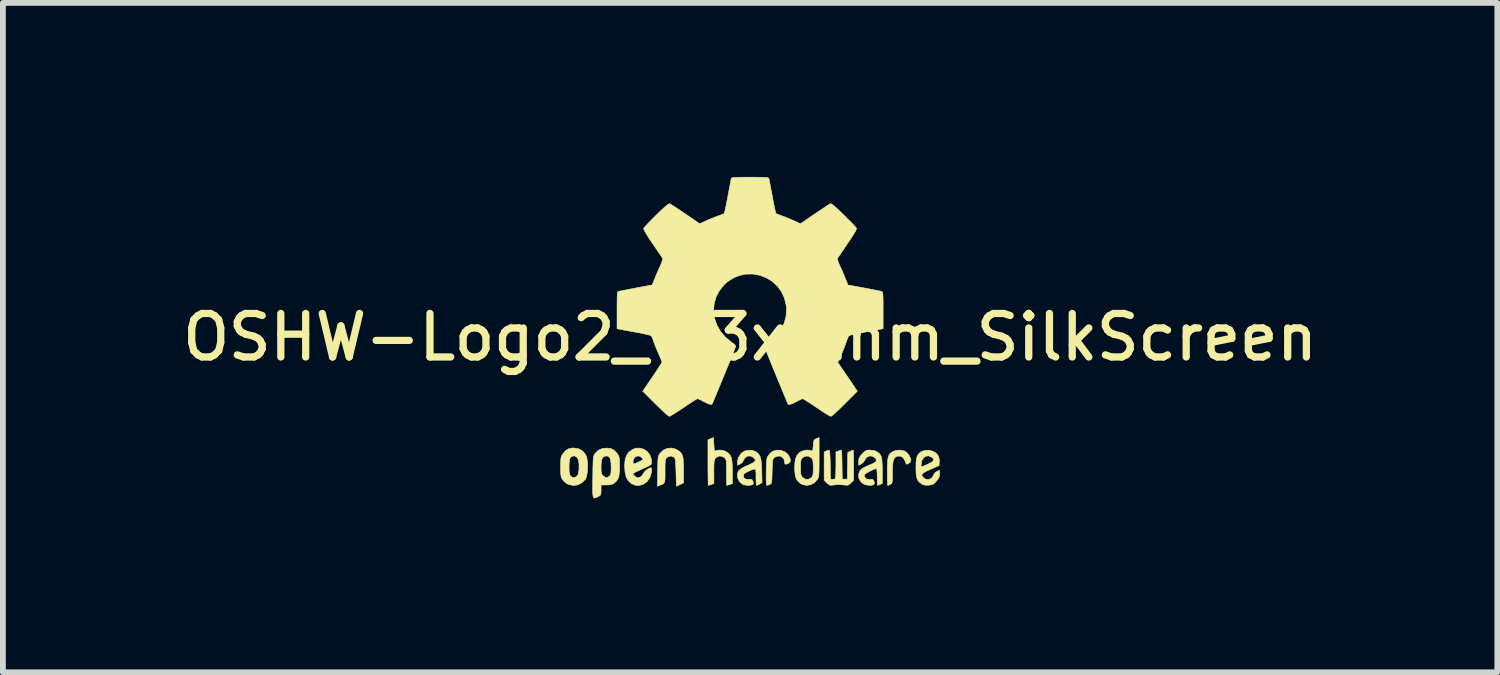
<source format=kicad_pcb>
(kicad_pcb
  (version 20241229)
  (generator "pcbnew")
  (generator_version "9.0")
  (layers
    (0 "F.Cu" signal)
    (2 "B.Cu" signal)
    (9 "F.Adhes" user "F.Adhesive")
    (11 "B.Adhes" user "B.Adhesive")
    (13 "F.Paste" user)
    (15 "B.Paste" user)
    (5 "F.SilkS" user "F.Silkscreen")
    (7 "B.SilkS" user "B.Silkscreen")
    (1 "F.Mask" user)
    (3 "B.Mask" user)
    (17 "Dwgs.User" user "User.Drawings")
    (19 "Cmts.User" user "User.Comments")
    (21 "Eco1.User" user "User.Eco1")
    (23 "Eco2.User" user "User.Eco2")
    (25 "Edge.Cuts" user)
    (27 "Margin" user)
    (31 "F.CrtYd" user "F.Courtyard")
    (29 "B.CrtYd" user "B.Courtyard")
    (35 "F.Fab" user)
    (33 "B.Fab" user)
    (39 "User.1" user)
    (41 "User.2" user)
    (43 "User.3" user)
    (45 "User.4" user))
  (footprint "OSHW-Logo2_7.3x6mm_SilkScreen"
    (layer "F.Cu")
    (at 9.88 2.763)
    (property "Reference" "OSHW-Logo2_7.3x6mm_SilkScreen" (at 0 0 0) (layer "F.SilkS") (effects (font (size 0.75 0.75) (thickness 0.125))))
    (attr exclude_from_pos_files exclude_from_bom allow_missing_courtyard)
    (fp_poly (pts (xy 2.653 1.959) (xy 2.67 1.966) (xy 2.711 1.999) (xy 2.747 2.047) (xy 2.769 2.097) (xy 2.772 2.122) (xy 2.76 2.157) (xy 2.734 2.175) (xy 2.706 2.187) (xy 2.693 2.189) (xy 2.687 2.174) (xy 2.674 2.141) (xy 2.669 2.127) (xy 2.639 2.076) (xy 2.595 2.05) (xy 2.538 2.051) (xy 2.534 2.052) (xy 2.504 2.067) (xy 2.481 2.094) (xy 2.466 2.139) (xy 2.457 2.205) (xy 2.453 2.294) (xy 2.453 2.341) (xy 2.453 2.416) (xy 2.452 2.467) (xy 2.448 2.499) (xy 2.442 2.518) (xy 2.432 2.529) (xy 2.417 2.537) (xy 2.416 2.538) (xy 2.387 2.55) (xy 2.372 2.555) (xy 2.37 2.541) (xy 2.368 2.503) (xy 2.367 2.446) (xy 2.366 2.374) (xy 2.366 2.322) (xy 2.367 2.22) (xy 2.37 2.143) (xy 2.377 2.086) (xy 2.389 2.045) (xy 2.407 2.014) (xy 2.432 1.99) (xy 2.457 1.973) (xy 2.517 1.951) (xy 2.587 1.946) (xy 2.653 1.959)) (stroke (width 0.01) (type solid)) (fill yes) (layer "F.SilkS"))
    (fp_poly (pts (xy -1.284 1.928) (xy -1.237 1.955) (xy -1.205 1.981) (xy -1.181 2.009) (xy -1.165 2.044) (xy -1.155 2.089) (xy -1.149 2.151) (xy -1.147 2.234) (xy -1.147 2.293) (xy -1.147 2.512) (xy -1.208 2.54) (xy -1.27 2.568) (xy -1.277 2.328) (xy -1.28 2.238) (xy -1.283 2.173) (xy -1.287 2.128) (xy -1.293 2.099) (xy -1.3 2.081) (xy -1.31 2.07) (xy -1.313 2.067) (xy -1.36 2.048) (xy -1.408 2.056) (xy -1.437 2.076) (xy -1.449 2.09) (xy -1.457 2.108) (xy -1.462 2.136) (xy -1.465 2.179) (xy -1.466 2.242) (xy -1.466 2.307) (xy -1.466 2.389) (xy -1.467 2.447) (xy -1.472 2.486) (xy -1.482 2.512) (xy -1.499 2.528) (xy -1.525 2.541) (xy -1.56 2.554) (xy -1.598 2.569) (xy -1.594 2.311) (xy -1.592 2.219) (xy -1.59 2.15) (xy -1.587 2.101) (xy -1.582 2.066) (xy -1.575 2.042) (xy -1.566 2.022) (xy -1.554 2.005) (xy -1.499 1.95) (xy -1.431 1.918) (xy -1.357 1.91) (xy -1.284 1.928)) (stroke (width 0.01) (type solid)) (fill yes) (layer "F.SilkS"))
    (fp_poly (pts (xy 0.53 1.95) (xy 0.596 1.974) (xy 0.649 2.017) (xy 0.67 2.047) (xy 0.693 2.103) (xy 0.692 2.143) (xy 0.669 2.17) (xy 0.66 2.175) (xy 0.622 2.189) (xy 0.602 2.185) (xy 0.595 2.161) (xy 0.595 2.148) (xy 0.583 2.099) (xy 0.551 2.065) (xy 0.508 2.048) (xy 0.459 2.053) (xy 0.419 2.074) (xy 0.405 2.087) (xy 0.396 2.101) (xy 0.389 2.124) (xy 0.385 2.159) (xy 0.383 2.212) (xy 0.381 2.288) (xy 0.38 2.312) (xy 0.378 2.394) (xy 0.376 2.451) (xy 0.372 2.49) (xy 0.367 2.513) (xy 0.359 2.526) (xy 0.347 2.535) (xy 0.339 2.538) (xy 0.307 2.55) (xy 0.288 2.555) (xy 0.282 2.541) (xy 0.278 2.5) (xy 0.277 2.431) (xy 0.278 2.334) (xy 0.278 2.319) (xy 0.28 2.23) (xy 0.283 2.165) (xy 0.286 2.119) (xy 0.292 2.087) (xy 0.3 2.064) (xy 0.311 2.044) (xy 0.317 2.035) (xy 0.35 1.998) (xy 0.388 1.969) (xy 0.392 1.966) (xy 0.459 1.946) (xy 0.53 1.95)) (stroke (width 0.01) (type solid)) (fill yes) (layer "F.SilkS"))
    (fp_poly (pts (xy -0.624 1.851) (xy -0.62 1.911) (xy -0.615 1.946) (xy -0.608 1.961) (xy -0.598 1.961) (xy -0.595 1.959) (xy -0.552 1.946) (xy -0.497 1.947) (xy -0.44 1.96) (xy -0.405 1.978) (xy -0.369 2.006) (xy -0.342 2.038) (xy -0.324 2.078) (xy -0.313 2.132) (xy -0.307 2.204) (xy -0.305 2.299) (xy -0.305 2.317) (xy -0.305 2.523) (xy -0.351 2.539) (xy -0.383 2.549) (xy -0.401 2.554) (xy -0.401 2.555) (xy -0.403 2.541) (xy -0.405 2.503) (xy -0.406 2.446) (xy -0.406 2.375) (xy -0.406 2.332) (xy -0.407 2.247) (xy -0.408 2.186) (xy -0.41 2.144) (xy -0.415 2.117) (xy -0.422 2.098) (xy -0.433 2.085) (xy -0.44 2.078) (xy -0.487 2.051) (xy -0.538 2.049) (xy -0.584 2.072) (xy -0.593 2.08) (xy -0.605 2.095) (xy -0.614 2.114) (xy -0.619 2.14) (xy -0.622 2.18) (xy -0.624 2.238) (xy -0.624 2.318) (xy -0.624 2.523) (xy -0.67 2.539) (xy -0.702 2.549) (xy -0.72 2.554) (xy -0.721 2.555) (xy -0.722 2.541) (xy -0.723 2.501) (xy -0.724 2.441) (xy -0.725 2.362) (xy -0.726 2.269) (xy -0.726 2.167) (xy -0.726 1.769) (xy -0.679 1.749) (xy -0.631 1.73) (xy -0.624 1.851)) (stroke (width 0.01) (type solid)) (fill yes) (layer "F.SilkS"))
    (fp_poly (pts (xy 1.78 1.959) (xy 1.782 1.997) (xy 1.784 2.055) (xy 1.785 2.128) (xy 1.785 2.205) (xy 1.785 2.465) (xy 1.739 2.511) (xy 1.708 2.539) (xy 1.68 2.551) (xy 1.642 2.55) (xy 1.627 2.548) (xy 1.58 2.543) (xy 1.541 2.54) (xy 1.531 2.54) (xy 1.499 2.541) (xy 1.453 2.546) (xy 1.436 2.548) (xy 1.392 2.552) (xy 1.363 2.544) (xy 1.334 2.521) (xy 1.323 2.511) (xy 1.277 2.465) (xy 1.277 1.979) (xy 1.314 1.962) (xy 1.346 1.949) (xy 1.365 1.945) (xy 1.369 1.959) (xy 1.374 1.997) (xy 1.378 2.056) (xy 1.381 2.132) (xy 1.382 2.195) (xy 1.386 2.446) (xy 1.421 2.451) (xy 1.452 2.447) (xy 1.468 2.436) (xy 1.472 2.415) (xy 1.476 2.371) (xy 1.478 2.309) (xy 1.48 2.235) (xy 1.48 2.197) (xy 1.48 1.977) (xy 1.526 1.961) (xy 1.559 1.95) (xy 1.576 1.945) (xy 1.577 1.945) (xy 1.578 1.959) (xy 1.58 1.997) (xy 1.582 2.054) (xy 1.584 2.127) (xy 1.585 2.195) (xy 1.589 2.446) (xy 1.676 2.446) (xy 1.68 2.217) (xy 1.684 1.989) (xy 1.727 1.967) (xy 1.758 1.952) (xy 1.777 1.945) (xy 1.777 1.945) (xy 1.78 1.959)) (stroke (width 0.01) (type solid)) (fill yes) (layer "F.SilkS"))
    (fp_poly (pts (xy -2.959 1.922) (xy -2.891 1.958) (xy -2.841 2.015) (xy -2.823 2.052) (xy -2.809 2.108) (xy -2.802 2.178) (xy -2.801 2.255) (xy -2.807 2.33) (xy -2.818 2.394) (xy -2.834 2.441) (xy -2.839 2.449) (xy -2.9 2.509) (xy -2.971 2.545) (xy -3.049 2.555) (xy -3.127 2.539) (xy -3.149 2.529) (xy -3.192 2.499) (xy -3.229 2.459) (xy -3.233 2.454) (xy -3.247 2.43) (xy -3.257 2.404) (xy -3.262 2.37) (xy -3.265 2.321) (xy -3.266 2.251) (xy -3.266 2.235) (xy -3.266 2.23) (xy -3.121 2.23) (xy -3.12 2.296) (xy -3.116 2.34) (xy -3.109 2.369) (xy -3.098 2.388) (xy -3.092 2.395) (xy -3.057 2.42) (xy -3.023 2.419) (xy -2.989 2.397) (xy -2.969 2.374) (xy -2.957 2.34) (xy -2.95 2.288) (xy -2.949 2.281) (xy -2.948 2.186) (xy -2.96 2.114) (xy -2.985 2.068) (xy -3.023 2.048) (xy -3.037 2.047) (xy -3.073 2.052) (xy -3.097 2.072) (xy -3.112 2.109) (xy -3.119 2.168) (xy -3.121 2.23) (xy -3.266 2.23) (xy -3.265 2.16) (xy -3.263 2.108) (xy -3.258 2.072) (xy -3.249 2.045) (xy -3.236 2.022) (xy -3.233 2.017) (xy -3.184 1.958) (xy -3.13 1.924) (xy -3.064 1.91) (xy -3.042 1.91) (xy -2.959 1.922)) (stroke (width 0.01) (type solid)) (fill yes) (layer "F.SilkS"))
    (fp_poly (pts (xy 3.154 1.967) (xy 3.211 2.004) (xy 3.239 2.038) (xy 3.261 2.099) (xy 3.262 2.147) (xy 3.258 2.212) (xy 3.11 2.277) (xy 3.037 2.31) (xy 2.99 2.337) (xy 2.966 2.36) (xy 2.961 2.383) (xy 2.975 2.407) (xy 2.99 2.424) (xy 3.034 2.45) (xy 3.081 2.452) (xy 3.125 2.432) (xy 3.157 2.391) (xy 3.163 2.376) (xy 3.191 2.331) (xy 3.222 2.312) (xy 3.266 2.296) (xy 3.266 2.358) (xy 3.262 2.4) (xy 3.247 2.436) (xy 3.215 2.477) (xy 3.211 2.482) (xy 3.176 2.519) (xy 3.145 2.538) (xy 3.108 2.547) (xy 3.076 2.55) (xy 3.02 2.551) (xy 2.981 2.542) (xy 2.956 2.528) (xy 2.917 2.497) (xy 2.89 2.465) (xy 2.873 2.423) (xy 2.863 2.368) (xy 2.86 2.291) (xy 2.859 2.253) (xy 2.86 2.206) (xy 2.948 2.206) (xy 2.949 2.231) (xy 2.952 2.235) (xy 2.968 2.23) (xy 3.004 2.215) (xy 3.052 2.194) (xy 3.062 2.19) (xy 3.123 2.159) (xy 3.157 2.132) (xy 3.164 2.106) (xy 3.146 2.08) (xy 3.132 2.069) (xy 3.079 2.046) (xy 3.03 2.05) (xy 2.989 2.078) (xy 2.961 2.127) (xy 2.952 2.166) (xy 2.948 2.206) (xy 2.86 2.206) (xy 2.861 2.162) (xy 2.868 2.095) (xy 2.882 2.047) (xy 2.904 2.011) (xy 2.937 1.983) (xy 2.951 1.973) (xy 3.015 1.95) (xy 3.085 1.948) (xy 3.154 1.967)) (stroke (width 0.01) (type solid)) (fill yes) (layer "F.SilkS"))
    (fp_poly (pts (xy 1.19 2.065) (xy 1.19 2.174) (xy 1.189 2.257) (xy 1.188 2.32) (xy 1.185 2.365) (xy 1.181 2.397) (xy 1.175 2.421) (xy 1.167 2.439) (xy 1.161 2.449) (xy 1.112 2.506) (xy 1.049 2.541) (xy 0.98 2.554) (xy 0.911 2.542) (xy 0.869 2.522) (xy 0.826 2.485) (xy 0.796 2.441) (xy 0.779 2.383) (xy 0.77 2.306) (xy 0.769 2.25) (xy 0.769 2.246) (xy 0.871 2.246) (xy 0.871 2.311) (xy 0.874 2.354) (xy 0.881 2.382) (xy 0.893 2.402) (xy 0.906 2.417) (xy 0.953 2.447) (xy 1.004 2.449) (xy 1.051 2.425) (xy 1.055 2.421) (xy 1.071 2.404) (xy 1.081 2.383) (xy 1.086 2.352) (xy 1.088 2.305) (xy 1.089 2.252) (xy 1.088 2.185) (xy 1.085 2.141) (xy 1.078 2.112) (xy 1.066 2.091) (xy 1.057 2.08) (xy 1.013 2.052) (xy 0.962 2.049) (xy 0.914 2.07) (xy 0.904 2.078) (xy 0.889 2.096) (xy 0.879 2.117) (xy 0.873 2.148) (xy 0.871 2.196) (xy 0.871 2.246) (xy 0.769 2.246) (xy 0.773 2.159) (xy 0.785 2.09) (xy 0.807 2.039) (xy 0.842 1.998) (xy 0.869 1.978) (xy 0.919 1.956) (xy 0.976 1.945) (xy 1.03 1.948) (xy 1.06 1.959) (xy 1.071 1.962) (xy 1.079 1.951) (xy 1.084 1.919) (xy 1.089 1.871) (xy 1.093 1.817) (xy 1.099 1.784) (xy 1.111 1.766) (xy 1.131 1.754) (xy 1.143 1.748) (xy 1.19 1.729) (xy 1.19 2.065)) (stroke (width 0.01) (type solid)) (fill yes) (layer "F.SilkS"))
    (fp_poly (pts (xy -1.832 1.931) (xy -1.774 1.97) (xy -1.73 2.025) (xy -1.704 2.096) (xy -1.698 2.148) (xy -1.699 2.17) (xy -1.704 2.187) (xy -1.718 2.201) (xy -1.745 2.218) (xy -1.79 2.239) (xy -1.857 2.269) (xy -1.858 2.27) (xy -1.92 2.298) (xy -1.97 2.323) (xy -2.005 2.342) (xy -2.017 2.353) (xy -2.017 2.353) (xy -2.006 2.376) (xy -1.98 2.402) (xy -1.949 2.42) (xy -1.934 2.424) (xy -1.891 2.411) (xy -1.855 2.379) (xy -1.837 2.345) (xy -1.82 2.319) (xy -1.787 2.29) (xy -1.748 2.264) (xy -1.713 2.25) (xy -1.706 2.25) (xy -1.698 2.262) (xy -1.697 2.294) (xy -1.703 2.337) (xy -1.715 2.383) (xy -1.73 2.423) (xy -1.731 2.424) (xy -1.777 2.489) (xy -1.837 2.533) (xy -1.906 2.555) (xy -1.976 2.552) (xy -2.044 2.524) (xy -2.047 2.522) (xy -2.101 2.473) (xy -2.136 2.41) (xy -2.155 2.327) (xy -2.158 2.304) (xy -2.162 2.194) (xy -2.157 2.143) (xy -2.017 2.143) (xy -2.016 2.175) (xy -2.006 2.184) (xy -1.981 2.177) (xy -1.942 2.161) (xy -1.899 2.14) (xy -1.898 2.139) (xy -1.861 2.12) (xy -1.846 2.107) (xy -1.85 2.093) (xy -1.865 2.076) (xy -1.904 2.05) (xy -1.946 2.048) (xy -1.984 2.067) (xy -2.01 2.103) (xy -2.017 2.143) (xy -2.157 2.143) (xy -2.153 2.106) (xy -2.128 2.036) (xy -2.095 1.987) (xy -2.033 1.938) (xy -1.966 1.913) (xy -1.897 1.912) (xy -1.832 1.931)) (stroke (width 0.01) (type solid)) (fill yes) (layer "F.SilkS"))
    (fp_poly (pts (xy 0.04 1.951) (xy 0.097 1.972) (xy 0.097 1.972) (xy 0.132 1.998) (xy 0.158 2.029) (xy 0.177 2.068) (xy 0.189 2.121) (xy 0.196 2.194) (xy 0.2 2.289) (xy 0.201 2.303) (xy 0.206 2.509) (xy 0.162 2.532) (xy 0.13 2.547) (xy 0.11 2.554) (xy 0.11 2.555) (xy 0.106 2.541) (xy 0.104 2.505) (xy 0.102 2.451) (xy 0.102 2.408) (xy 0.102 2.339) (xy 0.098 2.295) (xy 0.087 2.274) (xy 0.064 2.273) (xy 0.022 2.289) (xy -0.04 2.318) (xy -0.086 2.342) (xy -0.109 2.363) (xy -0.116 2.386) (xy -0.116 2.387) (xy -0.105 2.426) (xy -0.071 2.447) (xy -0.019 2.451) (xy 0.018 2.45) (xy 0.038 2.461) (xy 0.05 2.487) (xy 0.057 2.519) (xy 0.047 2.538) (xy 0.043 2.541) (xy 0.007 2.551) (xy -0.043 2.553) (xy -0.095 2.546) (xy -0.132 2.533) (xy -0.183 2.49) (xy -0.212 2.429) (xy -0.218 2.382) (xy -0.213 2.34) (xy -0.198 2.305) (xy -0.166 2.275) (xy -0.115 2.244) (xy -0.041 2.209) (xy -0.036 2.207) (xy 0.031 2.176) (xy 0.072 2.151) (xy 0.09 2.128) (xy 0.086 2.105) (xy 0.063 2.078) (xy 0.056 2.072) (xy 0.009 2.048) (xy -0.04 2.049) (xy -0.082 2.072) (xy -0.111 2.116) (xy -0.113 2.124) (xy -0.139 2.165) (xy -0.171 2.185) (xy -0.218 2.205) (xy -0.218 2.154) (xy -0.204 2.08) (xy -0.161 2.012) (xy -0.139 1.99) (xy -0.089 1.961) (xy -0.026 1.947) (xy 0.04 1.951)) (stroke (width 0.01) (type solid)) (fill yes) (layer "F.SilkS"))
    (fp_poly (pts (xy -2.4 1.92) (xy -2.345 1.948) (xy -2.296 1.998) (xy -2.282 2.017) (xy -2.268 2.042) (xy -2.258 2.069) (xy -2.253 2.105) (xy -2.25 2.156) (xy -2.25 2.224) (xy -2.252 2.318) (xy -2.261 2.388) (xy -2.277 2.44) (xy -2.303 2.48) (xy -2.34 2.513) (xy -2.342 2.515) (xy -2.379 2.535) (xy -2.422 2.545) (xy -2.478 2.547) (xy -2.569 2.547) (xy -2.569 2.635) (xy -2.57 2.684) (xy -2.575 2.713) (xy -2.588 2.73) (xy -2.614 2.745) (xy -2.62 2.748) (xy -2.649 2.762) (xy -2.672 2.77) (xy -2.688 2.771) (xy -2.7 2.761) (xy -2.707 2.737) (xy -2.712 2.696) (xy -2.713 2.636) (xy -2.713 2.553) (xy -2.712 2.445) (xy -2.711 2.413) (xy -2.71 2.302) (xy -2.709 2.229) (xy -2.569 2.229) (xy -2.568 2.29) (xy -2.565 2.331) (xy -2.557 2.358) (xy -2.543 2.378) (xy -2.533 2.388) (xy -2.495 2.418) (xy -2.46 2.42) (xy -2.425 2.396) (xy -2.424 2.395) (xy -2.409 2.376) (xy -2.401 2.351) (xy -2.396 2.312) (xy -2.395 2.252) (xy -2.395 2.238) (xy -2.398 2.156) (xy -2.409 2.099) (xy -2.429 2.064) (xy -2.458 2.048) (xy -2.476 2.047) (xy -2.516 2.054) (xy -2.544 2.078) (xy -2.561 2.123) (xy -2.568 2.191) (xy -2.569 2.229) (xy -2.709 2.229) (xy -2.708 2.215) (xy -2.706 2.15) (xy -2.704 2.103) (xy -2.7 2.069) (xy -2.694 2.045) (xy -2.687 2.028) (xy -2.677 2.012) (xy -2.673 2.006) (xy -2.619 1.951) (xy -2.55 1.92) (xy -2.47 1.911) (xy -2.4 1.92)) (stroke (width 0.01) (type solid)) (fill yes) (layer "F.SilkS"))
    (fp_poly (pts (xy 2.145 1.956) (xy 2.187 1.975) (xy 2.219 1.998) (xy 2.244 2.024) (xy 2.26 2.057) (xy 2.271 2.103) (xy 2.276 2.165) (xy 2.279 2.249) (xy 2.279 2.305) (xy 2.279 2.521) (xy 2.242 2.538) (xy 2.213 2.55) (xy 2.198 2.555) (xy 2.195 2.541) (xy 2.193 2.505) (xy 2.192 2.452) (xy 2.192 2.409) (xy 2.19 2.348) (xy 2.187 2.3) (xy 2.182 2.271) (xy 2.178 2.264) (xy 2.153 2.271) (xy 2.112 2.287) (xy 2.066 2.309) (xy 2.021 2.333) (xy 1.986 2.355) (xy 1.97 2.37) (xy 1.97 2.37) (xy 1.971 2.397) (xy 1.984 2.423) (xy 2.006 2.444) (xy 2.038 2.451) (xy 2.065 2.451) (xy 2.104 2.45) (xy 2.124 2.459) (xy 2.136 2.483) (xy 2.138 2.488) (xy 2.143 2.522) (xy 2.129 2.543) (xy 2.092 2.552) (xy 2.052 2.554) (xy 1.981 2.541) (xy 1.943 2.521) (xy 1.898 2.476) (xy 1.873 2.42) (xy 1.871 2.361) (xy 1.892 2.306) (xy 1.923 2.271) (xy 1.953 2.252) (xy 2.002 2.228) (xy 2.058 2.203) (xy 2.068 2.199) (xy 2.13 2.172) (xy 2.166 2.148) (xy 2.177 2.124) (xy 2.167 2.097) (xy 2.148 2.076) (xy 2.104 2.05) (xy 2.056 2.048) (xy 2.012 2.068) (xy 1.981 2.108) (xy 1.977 2.118) (xy 1.952 2.156) (xy 1.917 2.184) (xy 1.872 2.207) (xy 1.872 2.141) (xy 1.875 2.102) (xy 1.886 2.07) (xy 1.911 2.036) (xy 1.935 2.01) (xy 1.972 1.974) (xy 2.001 1.954) (xy 2.033 1.946) (xy 2.068 1.945) (xy 2.145 1.956)) (stroke (width 0.01) (type solid)) (fill yes) (layer "F.SilkS"))
    (fp_poly (pts (xy 0.104 -2.758) (xy 0.182 -2.757) (xy 0.239 -2.756) (xy 0.278 -2.754) (xy 0.303 -2.75) (xy 0.316 -2.744) (xy 0.323 -2.737) (xy 0.326 -2.726) (xy 0.327 -2.725) (xy 0.332 -2.701) (xy 0.341 -2.653) (xy 0.353 -2.587) (xy 0.368 -2.508) (xy 0.385 -2.42) (xy 0.385 -2.417) (xy 0.401 -2.331) (xy 0.417 -2.255) (xy 0.43 -2.194) (xy 0.44 -2.152) (xy 0.446 -2.133) (xy 0.447 -2.133) (xy 0.465 -2.124) (xy 0.502 -2.109) (xy 0.551 -2.091) (xy 0.552 -2.091) (xy 0.613 -2.068) (xy 0.686 -2.038) (xy 0.754 -2.008) (xy 0.757 -2.007) (xy 0.869 -1.956) (xy 1.115 -2.125) (xy 1.191 -2.176) (xy 1.26 -2.222) (xy 1.317 -2.26) (xy 1.359 -2.287) (xy 1.383 -2.301) (xy 1.385 -2.302) (xy 1.402 -2.298) (xy 1.434 -2.275) (xy 1.481 -2.235) (xy 1.546 -2.174) (xy 1.612 -2.11) (xy 1.676 -2.046) (xy 1.733 -1.989) (xy 1.78 -1.94) (xy 1.814 -1.904) (xy 1.83 -1.884) (xy 1.831 -1.883) (xy 1.833 -1.869) (xy 1.826 -1.847) (xy 1.809 -1.814) (xy 1.779 -1.765) (xy 1.737 -1.699) (xy 1.679 -1.614) (xy 1.629 -1.54) (xy 1.583 -1.473) (xy 1.546 -1.417) (xy 1.519 -1.378) (xy 1.506 -1.357) (xy 1.505 -1.356) (xy 1.507 -1.336) (xy 1.519 -1.298) (xy 1.54 -1.248) (xy 1.547 -1.232) (xy 1.58 -1.162) (xy 1.614 -1.082) (xy 1.642 -1.012) (xy 1.663 -0.961) (xy 1.679 -0.922) (xy 1.688 -0.901) (xy 1.689 -0.9) (xy 1.706 -0.897) (xy 1.746 -0.89) (xy 1.804 -0.879) (xy 1.875 -0.866) (xy 1.952 -0.852) (xy 2.032 -0.837) (xy 2.107 -0.822) (xy 2.174 -0.809) (xy 2.227 -0.799) (xy 2.26 -0.792) (xy 2.268 -0.79) (xy 2.276 -0.785) (xy 2.283 -0.774) (xy 2.287 -0.754) (xy 2.29 -0.72) (xy 2.292 -0.67) (xy 2.293 -0.599) (xy 2.293 -0.504) (xy 2.293 -0.465) (xy 2.293 -0.147) (xy 2.217 -0.132) (xy 2.175 -0.124) (xy 2.111 -0.112) (xy 2.035 -0.098) (xy 1.953 -0.083) (xy 1.93 -0.079) (xy 1.855 -0.064) (xy 1.789 -0.049) (xy 1.738 -0.037) (xy 1.709 -0.027) (xy 1.704 -0.024) (xy 1.691 -0.003) (xy 1.674 0.038) (xy 1.655 0.09) (xy 1.651 0.102) (xy 1.625 0.172) (xy 1.594 0.25) (xy 1.563 0.321) (xy 1.563 0.322) (xy 1.511 0.433) (xy 1.68 0.681) (xy 1.849 0.93) (xy 1.632 1.147) (xy 1.567 1.212) (xy 1.507 1.269) (xy 1.456 1.315) (xy 1.418 1.348) (xy 1.396 1.363) (xy 1.392 1.364) (xy 1.374 1.356) (xy 1.335 1.335) (xy 1.281 1.301) (xy 1.216 1.259) (xy 1.146 1.212) (xy 1.075 1.164) (xy 1.011 1.122) (xy 0.959 1.089) (xy 0.923 1.067) (xy 0.907 1.06) (xy 0.887 1.066) (xy 0.85 1.083) (xy 0.803 1.107) (xy 0.798 1.11) (xy 0.734 1.142) (xy 0.69 1.158) (xy 0.663 1.158) (xy 0.649 1.143) (xy 0.649 1.143) (xy 0.642 1.126) (xy 0.625 1.085) (xy 0.6 1.024) (xy 0.567 0.945) (xy 0.529 0.852) (xy 0.486 0.748) (xy 0.444 0.648) (xy 0.399 0.537) (xy 0.357 0.434) (xy 0.32 0.342) (xy 0.289 0.265) (xy 0.266 0.206) (xy 0.251 0.167) (xy 0.247 0.153) (xy 0.258 0.136) (xy 0.287 0.11) (xy 0.326 0.081) (xy 0.437 -0.011) (xy 0.523 -0.116) (xy 0.585 -0.233) (xy 0.62 -0.358) (xy 0.628 -0.49) (xy 0.622 -0.552) (xy 0.591 -0.678) (xy 0.538 -0.79) (xy 0.466 -0.886) (xy 0.378 -0.965) (xy 0.278 -1.026) (xy 0.168 -1.067) (xy 0.053 -1.089) (xy -0.065 -1.088) (xy -0.181 -1.066) (xy -0.294 -1.019) (xy -0.4 -0.948) (xy -0.444 -0.908) (xy -0.528 -0.805) (xy -0.587 -0.692) (xy -0.62 -0.573) (xy -0.629 -0.451) (xy -0.613 -0.329) (xy -0.573 -0.211) (xy -0.51 -0.1) (xy -0.423 0.002) (xy -0.326 0.081) (xy -0.286 0.111) (xy -0.257 0.137) (xy -0.247 0.153) (xy -0.252 0.17) (xy -0.267 0.21) (xy -0.291 0.272) (xy -0.323 0.35) (xy -0.36 0.443) (xy -0.403 0.546) (xy -0.444 0.648) (xy -0.49 0.759) (xy -0.533 0.862) (xy -0.571 0.953) (xy -0.603 1.03) (xy -0.627 1.09) (xy -0.643 1.129) (xy -0.649 1.143) (xy -0.663 1.158) (xy -0.69 1.158) (xy -0.734 1.142) (xy -0.797 1.11) (xy -0.798 1.11) (xy -0.845 1.085) (xy -0.884 1.067) (xy -0.906 1.06) (xy -0.907 1.06) (xy -0.923 1.067) (xy -0.96 1.089) (xy -1.012 1.122) (xy -1.075 1.164) (xy -1.146 1.212) (xy -1.218 1.26) (xy -1.283 1.302) (xy -1.336 1.335) (xy -1.374 1.357) (xy -1.392 1.364) (xy -1.409 1.354) (xy -1.443 1.327) (xy -1.49 1.284) (xy -1.547 1.231) (xy -1.612 1.168) (xy -1.633 1.147) (xy -1.85 0.93) (xy -1.684 0.687) (xy -1.634 0.613) (xy -1.59 0.546) (xy -1.555 0.491) (xy -1.53 0.451) (xy -1.519 0.43) (xy -1.519 0.429) (xy -1.525 0.409) (xy -1.54 0.37) (xy -1.562 0.317) (xy -1.578 0.282) (xy -1.607 0.215) (xy -1.635 0.147) (xy -1.656 0.09) (xy -1.662 0.073) (xy -1.679 0.026) (xy -1.695 -0.01) (xy -1.704 -0.024) (xy -1.723 -0.032) (xy -1.766 -0.044) (xy -1.826 -0.058) (xy -1.898 -0.073) (xy -1.93 -0.079) (xy -2.012 -0.094) (xy -2.091 -0.108) (xy -2.159 -0.121) (xy -2.208 -0.13) (xy -2.217 -0.132) (xy -2.293 -0.147) (xy -2.293 -0.465) (xy -2.293 -0.569) (xy -2.292 -0.648) (xy -2.291 -0.705) (xy -2.288 -0.744) (xy -2.284 -0.769) (xy -2.279 -0.782) (xy -2.271 -0.789) (xy -2.268 -0.79) (xy -2.249 -0.794) (xy -2.207 -0.802) (xy -2.148 -0.814) (xy -2.077 -0.828) (xy -1.999 -0.843) (xy -1.92 -0.858) (xy -1.845 -0.872) (xy -1.779 -0.884) (xy -1.727 -0.894) (xy -1.696 -0.899) (xy -1.689 -0.9) (xy -1.683 -0.912) (xy -1.669 -0.946) (xy -1.65 -0.994) (xy -1.642 -1.012) (xy -1.613 -1.085) (xy -1.578 -1.165) (xy -1.547 -1.232) (xy -1.525 -1.284) (xy -1.51 -1.326) (xy -1.504 -1.352) (xy -1.505 -1.356) (xy -1.516 -1.372) (xy -1.54 -1.409) (xy -1.576 -1.461) (xy -1.62 -1.526) (xy -1.67 -1.6) (xy -1.68 -1.614) (xy -1.738 -1.7) (xy -1.78 -1.766) (xy -1.809 -1.814) (xy -1.826 -1.847) (xy -1.833 -1.869) (xy -1.831 -1.883) (xy -1.831 -1.883) (xy -1.816 -1.901) (xy -1.785 -1.935) (xy -1.739 -1.983) (xy -1.683 -2.04) (xy -1.62 -2.103) (xy -1.612 -2.11) (xy -1.533 -2.187) (xy -1.471 -2.244) (xy -1.427 -2.281) (xy -1.398 -2.3) (xy -1.385 -2.302) (xy -1.367 -2.292) (xy -1.328 -2.267) (xy -1.274 -2.231) (xy -1.207 -2.187) (xy -1.133 -2.137) (xy -1.115 -2.125) (xy -0.869 -1.956) (xy -0.757 -2.007) (xy -0.69 -2.036) (xy -0.617 -2.066) (xy -0.554 -2.09) (xy -0.552 -2.091) (xy -0.503 -2.109) (xy -0.465 -2.124) (xy -0.447 -2.133) (xy -0.447 -2.133) (xy -0.441 -2.149) (xy -0.431 -2.19) (xy -0.418 -2.25) (xy -0.403 -2.325) (xy -0.386 -2.41) (xy -0.385 -2.417) (xy -0.369 -2.505) (xy -0.354 -2.585) (xy -0.341 -2.651) (xy -0.332 -2.7) (xy -0.327 -2.725) (xy -0.327 -2.725) (xy -0.323 -2.736) (xy -0.317 -2.744) (xy -0.305 -2.75) (xy -0.281 -2.753) (xy -0.244 -2.756) (xy -0.19 -2.757) (xy -0.114 -2.758) (xy -0.013 -2.758) (xy 0 -2.758) (xy 0.104 -2.758)) (stroke (width 0.01) (type solid)) (fill yes) (layer "F.SilkS")))
  (gr_rect
    (start -3 -3)
    (end 22.761 8.539)
    (stroke (width 0.1) (type default))
    (fill no)
    (layer "Edge.Cuts")))
</source>
